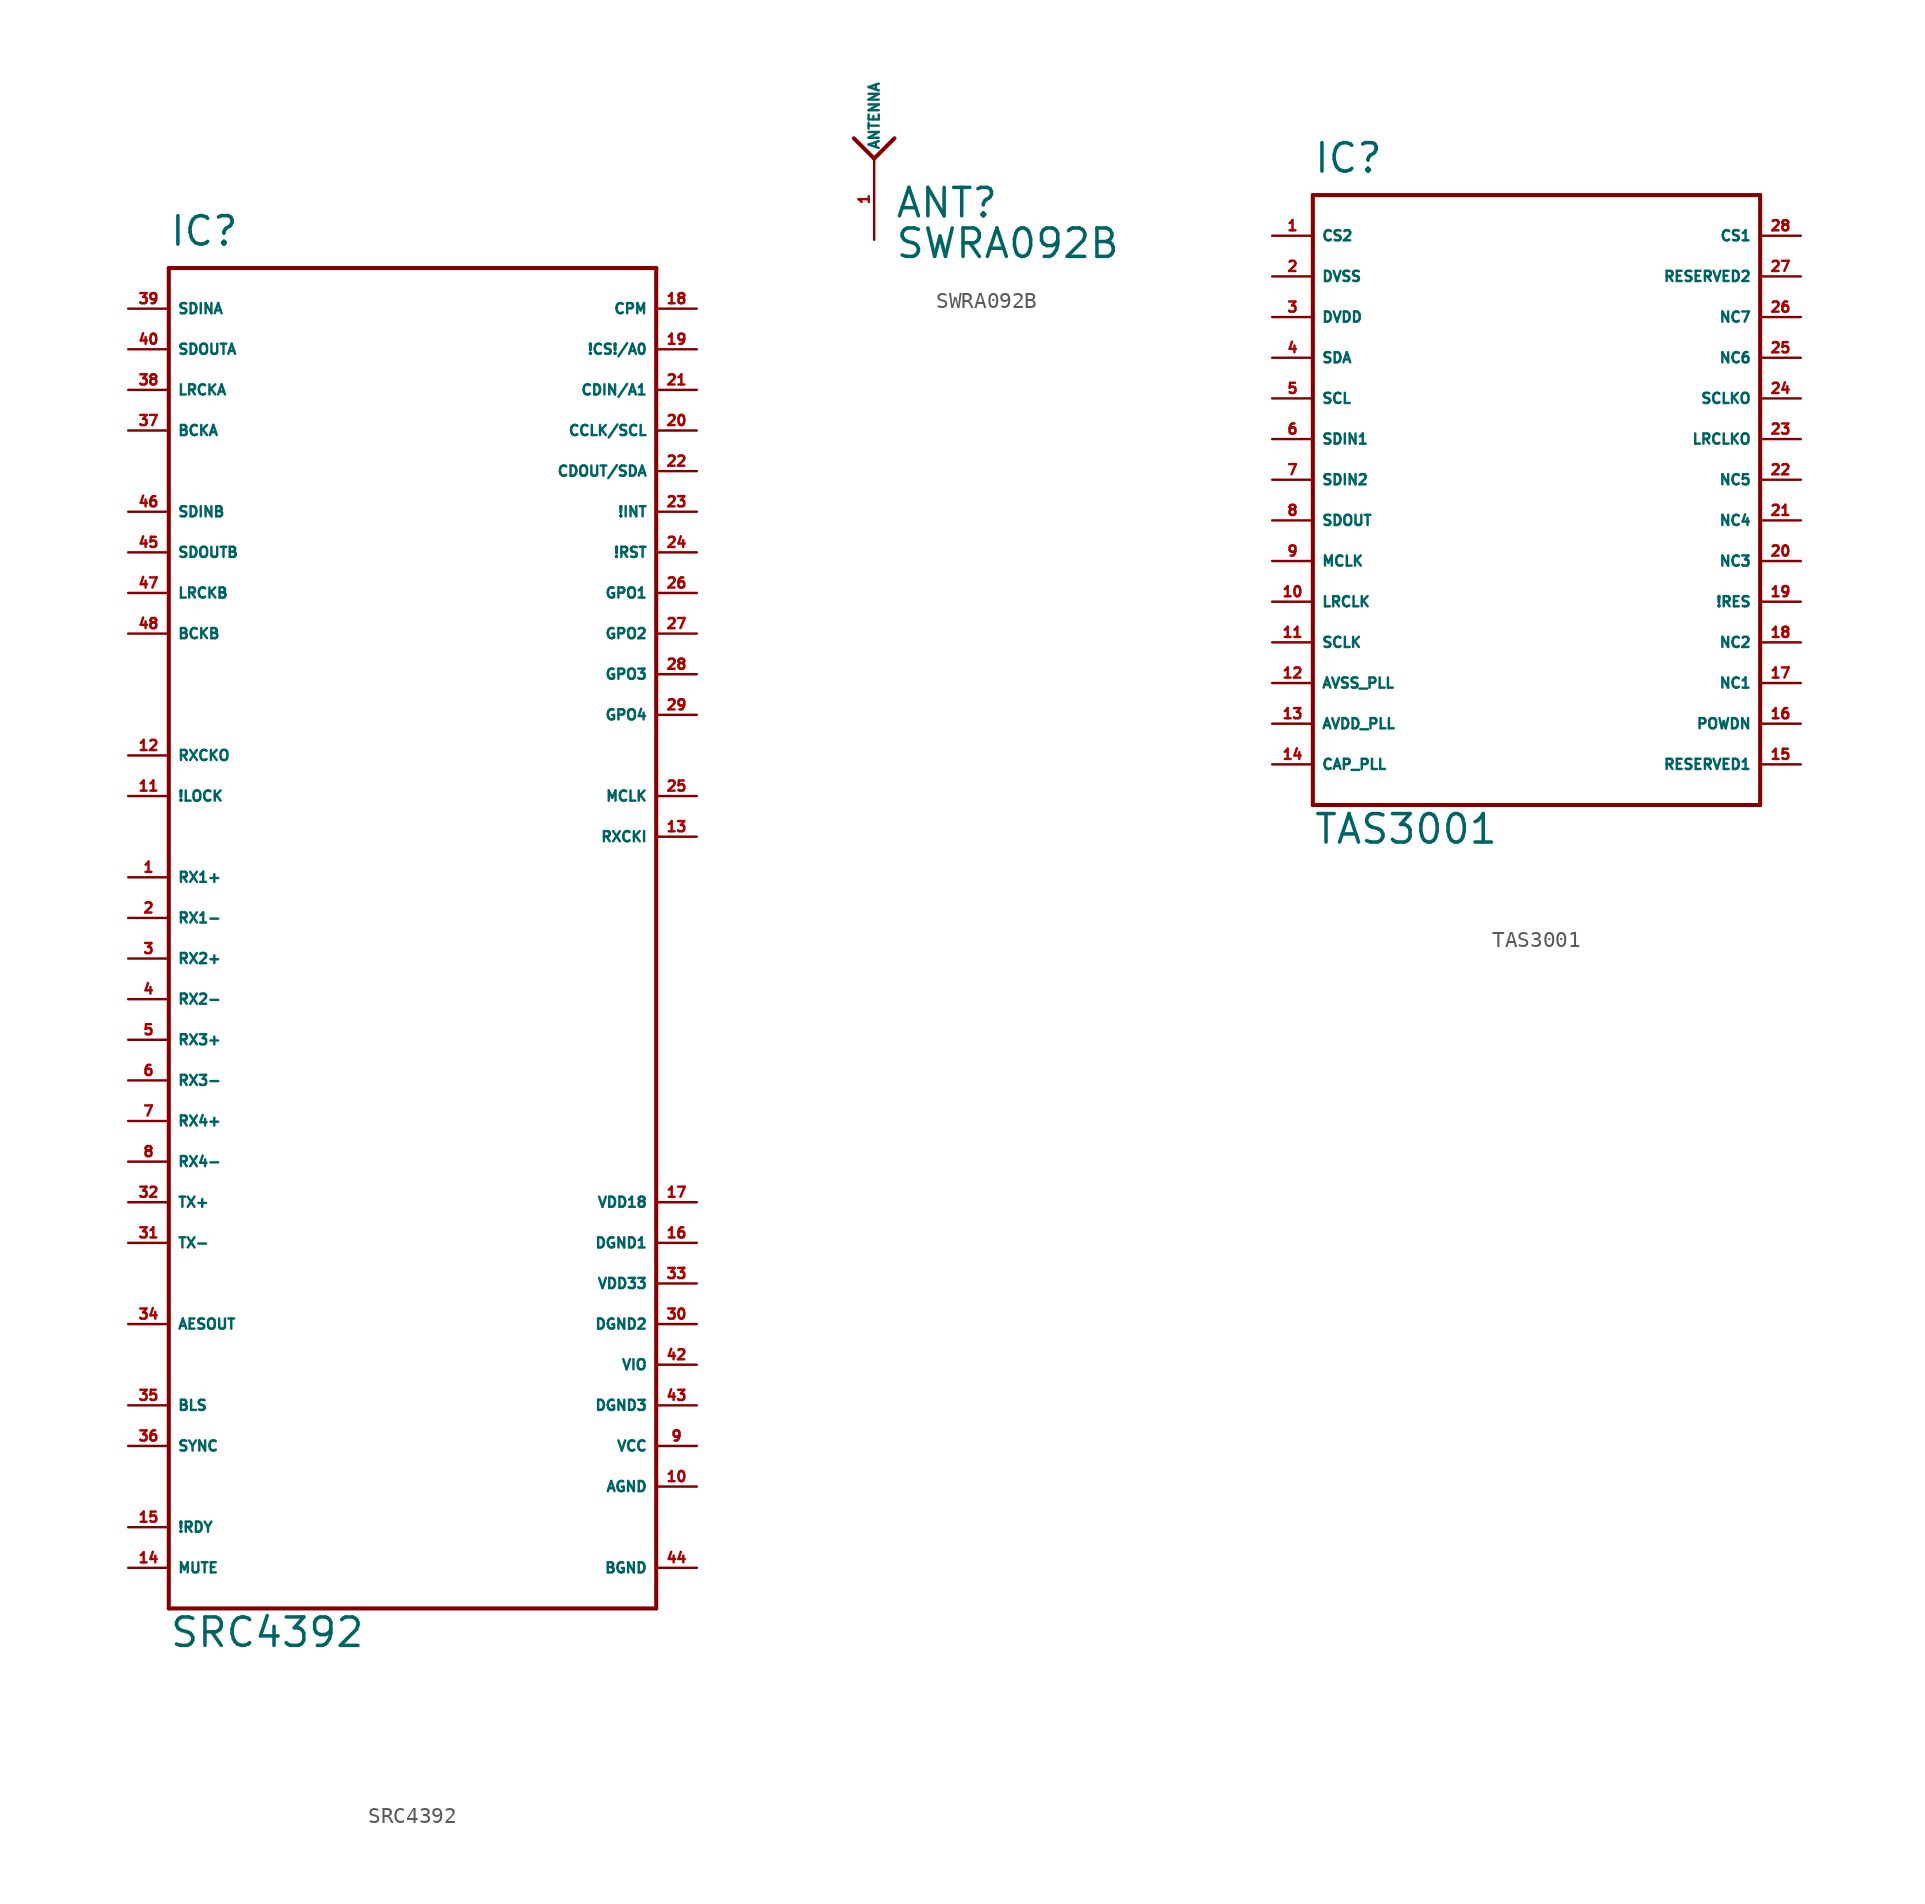
<source format=kicad_sym>
(kicad_symbol_lib
  (version 20220914)
  (generator Eagle2Kicad)
  (symbol "SRC4392"
    (property "Reference" "IC"
      (at -15.24 41.91 0)
      (effects (font (size 1.778 1.778) (thickness 0.22)) (justify left bottom)))
    (property "Value" "SRC4392"
      (at -15.24 -45.72 0)
      (effects (font (size 1.778 1.778) (thickness 0.22)) (justify left bottom)))
    (polyline
      (pts (xy -15.24 40.64) (xy 15.24 40.64))
      (stroke (width 0.254) (type default))
      (fill (type none)))
    (polyline
      (pts (xy 15.24 40.64) (xy 15.24 -43.18))
      (stroke (width 0.254) (type default))
      (fill (type none)))
    (polyline
      (pts (xy 15.24 -43.18) (xy -15.24 -43.18))
      (stroke (width 0.254) (type default))
      (fill (type none)))
    (polyline
      (pts (xy -15.24 -43.18) (xy -15.24 40.64))
      (stroke (width 0.254) (type default))
      (fill (type none)))
    (pin input line
      (at -17.78 38.1 0)
      (length 2.54)
      (name "SDINA" (effects (font (size 0.635 0.635) (thickness 0.08)) (justify left bottom)))
      (number "39" (effects (font (size 0.635 0.635) (thickness 0.08)) (justify left bottom))))
    (pin input line
      (at -17.78 25.4 0)
      (length 2.54)
      (name "SDINB" (effects (font (size 0.635 0.635) (thickness 0.08)) (justify left bottom)))
      (number "46" (effects (font (size 0.635 0.635) (thickness 0.08)) (justify left bottom))))
    (pin output line
      (at -17.78 35.56 0)
      (length 2.54)
      (name "SDOUTA" (effects (font (size 0.635 0.635) (thickness 0.08)) (justify left bottom)))
      (number "40" (effects (font (size 0.635 0.635) (thickness 0.08)) (justify left bottom))))
    (pin output line
      (at -17.78 22.86 0)
      (length 2.54)
      (name "SDOUTB" (effects (font (size 0.635 0.635) (thickness 0.08)) (justify left bottom)))
      (number "45" (effects (font (size 0.635 0.635) (thickness 0.08)) (justify left bottom))))
    (pin bidirectional line
      (at -17.78 33.02 0)
      (length 2.54)
      (name "LRCKA" (effects (font (size 0.635 0.635) (thickness 0.08)) (justify left bottom)))
      (number "38" (effects (font (size 0.635 0.635) (thickness 0.08)) (justify left bottom))))
    (pin bidirectional line
      (at -17.78 20.32 0)
      (length 2.54)
      (name "LRCKB" (effects (font (size 0.635 0.635) (thickness 0.08)) (justify left bottom)))
      (number "47" (effects (font (size 0.635 0.635) (thickness 0.08)) (justify left bottom))))
    (pin bidirectional line
      (at -17.78 30.48 0)
      (length 2.54)
      (name "BCKA" (effects (font (size 0.635 0.635) (thickness 0.08)) (justify left bottom)))
      (number "37" (effects (font (size 0.635 0.635) (thickness 0.08)) (justify left bottom))))
    (pin bidirectional line
      (at -17.78 17.78 0)
      (length 2.54)
      (name "BCKB" (effects (font (size 0.635 0.635) (thickness 0.08)) (justify left bottom)))
      (number "48" (effects (font (size 0.635 0.635) (thickness 0.08)) (justify left bottom))))
    (pin output line
      (at -17.78 10.16 0)
      (length 2.54)
      (name "RXCKO" (effects (font (size 0.635 0.635) (thickness 0.08)) (justify left bottom)))
      (number "12" (effects (font (size 0.635 0.635) (thickness 0.08)) (justify left bottom))))
    (pin output line
      (at -17.78 7.62 0)
      (length 2.54)
      (name "!LOCK" (effects (font (size 0.635 0.635) (thickness 0.08)) (justify left bottom)))
      (number "11" (effects (font (size 0.635 0.635) (thickness 0.08)) (justify left bottom))))
    (pin input line
      (at -17.78 2.54 0)
      (length 2.54)
      (name "RX1+" (effects (font (size 0.635 0.635) (thickness 0.08)) (justify left bottom)))
      (number "1" (effects (font (size 0.635 0.635) (thickness 0.08)) (justify left bottom))))
    (pin input line
      (at -17.78 0 0)
      (length 2.54)
      (name "RX1-" (effects (font (size 0.635 0.635) (thickness 0.08)) (justify left bottom)))
      (number "2" (effects (font (size 0.635 0.635) (thickness 0.08)) (justify left bottom))))
    (pin input line
      (at -17.78 -2.54 0)
      (length 2.54)
      (name "RX2+" (effects (font (size 0.635 0.635) (thickness 0.08)) (justify left bottom)))
      (number "3" (effects (font (size 0.635 0.635) (thickness 0.08)) (justify left bottom))))
    (pin input line
      (at -17.78 -5.08 0)
      (length 2.54)
      (name "RX2-" (effects (font (size 0.635 0.635) (thickness 0.08)) (justify left bottom)))
      (number "4" (effects (font (size 0.635 0.635) (thickness 0.08)) (justify left bottom))))
    (pin input line
      (at -17.78 -7.62 0)
      (length 2.54)
      (name "RX3+" (effects (font (size 0.635 0.635) (thickness 0.08)) (justify left bottom)))
      (number "5" (effects (font (size 0.635 0.635) (thickness 0.08)) (justify left bottom))))
    (pin input line
      (at -17.78 -10.16 0)
      (length 2.54)
      (name "RX3-" (effects (font (size 0.635 0.635) (thickness 0.08)) (justify left bottom)))
      (number "6" (effects (font (size 0.635 0.635) (thickness 0.08)) (justify left bottom))))
    (pin input line
      (at -17.78 -12.7 0)
      (length 2.54)
      (name "RX4+" (effects (font (size 0.635 0.635) (thickness 0.08)) (justify left bottom)))
      (number "7" (effects (font (size 0.635 0.635) (thickness 0.08)) (justify left bottom))))
    (pin input line
      (at -17.78 -15.24 0)
      (length 2.54)
      (name "RX4-" (effects (font (size 0.635 0.635) (thickness 0.08)) (justify left bottom)))
      (number "8" (effects (font (size 0.635 0.635) (thickness 0.08)) (justify left bottom))))
    (pin output line
      (at -17.78 -17.78 0)
      (length 2.54)
      (name "TX+" (effects (font (size 0.635 0.635) (thickness 0.08)) (justify left bottom)))
      (number "32" (effects (font (size 0.635 0.635) (thickness 0.08)) (justify left bottom))))
    (pin output line
      (at -17.78 -20.32 0)
      (length 2.54)
      (name "TX-" (effects (font (size 0.635 0.635) (thickness 0.08)) (justify left bottom)))
      (number "31" (effects (font (size 0.635 0.635) (thickness 0.08)) (justify left bottom))))
    (pin output line
      (at -17.78 -25.4 0)
      (length 2.54)
      (name "AESOUT" (effects (font (size 0.635 0.635) (thickness 0.08)) (justify left bottom)))
      (number "34" (effects (font (size 0.635 0.635) (thickness 0.08)) (justify left bottom))))
    (pin bidirectional line
      (at -17.78 -30.48 0)
      (length 2.54)
      (name "BLS" (effects (font (size 0.635 0.635) (thickness 0.08)) (justify left bottom)))
      (number "35" (effects (font (size 0.635 0.635) (thickness 0.08)) (justify left bottom))))
    (pin output line
      (at -17.78 -33.02 0)
      (length 2.54)
      (name "SYNC" (effects (font (size 0.635 0.635) (thickness 0.08)) (justify left bottom)))
      (number "36" (effects (font (size 0.635 0.635) (thickness 0.08)) (justify left bottom))))
    (pin output line
      (at -17.78 -38.1 0)
      (length 2.54)
      (name "!RDY" (effects (font (size 0.635 0.635) (thickness 0.08)) (justify left bottom)))
      (number "15" (effects (font (size 0.635 0.635) (thickness 0.08)) (justify left bottom))))
    (pin input line
      (at -17.78 -40.64 0)
      (length 2.54)
      (name "MUTE" (effects (font (size 0.635 0.635) (thickness 0.08)) (justify left bottom)))
      (number "14" (effects (font (size 0.635 0.635) (thickness 0.08)) (justify left bottom))))
    (pin input line
      (at 17.78 38.1 180)
      (length 2.54)
      (name "CPM" (effects (font (size 0.635 0.635) (thickness 0.08)) (justify left bottom)))
      (number "18" (effects (font (size 0.635 0.635) (thickness 0.08)) (justify left bottom))))
    (pin input line
      (at 17.78 35.56 180)
      (length 2.54)
      (name "!CS!/A0" (effects (font (size 0.635 0.635) (thickness 0.08)) (justify left bottom)))
      (number "19" (effects (font (size 0.635 0.635) (thickness 0.08)) (justify left bottom))))
    (pin input line
      (at 17.78 30.48 180)
      (length 2.54)
      (name "CCLK/SCL" (effects (font (size 0.635 0.635) (thickness 0.08)) (justify left bottom)))
      (number "20" (effects (font (size 0.635 0.635) (thickness 0.08)) (justify left bottom))))
    (pin input line
      (at 17.78 33.02 180)
      (length 2.54)
      (name "CDIN/A1" (effects (font (size 0.635 0.635) (thickness 0.08)) (justify left bottom)))
      (number "21" (effects (font (size 0.635 0.635) (thickness 0.08)) (justify left bottom))))
    (pin bidirectional line
      (at 17.78 27.94 180)
      (length 2.54)
      (name "CDOUT/SDA" (effects (font (size 0.635 0.635) (thickness 0.08)) (justify left bottom)))
      (number "22" (effects (font (size 0.635 0.635) (thickness 0.08)) (justify left bottom))))
    (pin output line
      (at 17.78 25.4 180)
      (length 2.54)
      (name "!INT" (effects (font (size 0.635 0.635) (thickness 0.08)) (justify left bottom)))
      (number "23" (effects (font (size 0.635 0.635) (thickness 0.08)) (justify left bottom))))
    (pin input line
      (at 17.78 22.86 180)
      (length 2.54)
      (name "!RST" (effects (font (size 0.635 0.635) (thickness 0.08)) (justify left bottom)))
      (number "24" (effects (font (size 0.635 0.635) (thickness 0.08)) (justify left bottom))))
    (pin output line
      (at 17.78 20.32 180)
      (length 2.54)
      (name "GPO1" (effects (font (size 0.635 0.635) (thickness 0.08)) (justify left bottom)))
      (number "26" (effects (font (size 0.635 0.635) (thickness 0.08)) (justify left bottom))))
    (pin output line
      (at 17.78 17.78 180)
      (length 2.54)
      (name "GPO2" (effects (font (size 0.635 0.635) (thickness 0.08)) (justify left bottom)))
      (number "27" (effects (font (size 0.635 0.635) (thickness 0.08)) (justify left bottom))))
    (pin output line
      (at 17.78 15.24 180)
      (length 2.54)
      (name "GPO3" (effects (font (size 0.635 0.635) (thickness 0.08)) (justify left bottom)))
      (number "28" (effects (font (size 0.635 0.635) (thickness 0.08)) (justify left bottom))))
    (pin output line
      (at 17.78 12.7 180)
      (length 2.54)
      (name "GPO4" (effects (font (size 0.635 0.635) (thickness 0.08)) (justify left bottom)))
      (number "29" (effects (font (size 0.635 0.635) (thickness 0.08)) (justify left bottom))))
    (pin input line
      (at 17.78 7.62 180)
      (length 2.54)
      (name "MCLK" (effects (font (size 0.635 0.635) (thickness 0.08)) (justify left bottom)))
      (number "25" (effects (font (size 0.635 0.635) (thickness 0.08)) (justify left bottom))))
    (pin input line
      (at 17.78 5.08 180)
      (length 2.54)
      (name "RXCKI" (effects (font (size 0.635 0.635) (thickness 0.08)) (justify left bottom)))
      (number "13" (effects (font (size 0.635 0.635) (thickness 0.08)) (justify left bottom))))
    (pin input line
      (at 17.78 -17.78 180)
      (length 2.54)
      (name "VDD18" (effects (font (size 0.635 0.635) (thickness 0.08)) (justify left bottom)))
      (number "17" (effects (font (size 0.635 0.635) (thickness 0.08)) (justify left bottom))))
    (pin input line
      (at 17.78 -20.32 180)
      (length 2.54)
      (name "DGND1" (effects (font (size 0.635 0.635) (thickness 0.08)) (justify left bottom)))
      (number "16" (effects (font (size 0.635 0.635) (thickness 0.08)) (justify left bottom))))
    (pin input line
      (at 17.78 -22.86 180)
      (length 2.54)
      (name "VDD33" (effects (font (size 0.635 0.635) (thickness 0.08)) (justify left bottom)))
      (number "33" (effects (font (size 0.635 0.635) (thickness 0.08)) (justify left bottom))))
    (pin input line
      (at 17.78 -25.4 180)
      (length 2.54)
      (name "DGND2" (effects (font (size 0.635 0.635) (thickness 0.08)) (justify left bottom)))
      (number "30" (effects (font (size 0.635 0.635) (thickness 0.08)) (justify left bottom))))
    (pin input line
      (at 17.78 -27.94 180)
      (length 2.54)
      (name "VIO" (effects (font (size 0.635 0.635) (thickness 0.08)) (justify left bottom)))
      (number "42" (effects (font (size 0.635 0.635) (thickness 0.08)) (justify left bottom))))
    (pin input line
      (at 17.78 -30.48 180)
      (length 2.54)
      (name "DGND3" (effects (font (size 0.635 0.635) (thickness 0.08)) (justify left bottom)))
      (number "43" (effects (font (size 0.635 0.635) (thickness 0.08)) (justify left bottom))))
    (pin input line
      (at 17.78 -33.02 180)
      (length 2.54)
      (name "VCC" (effects (font (size 0.635 0.635) (thickness 0.08)) (justify left bottom)))
      (number "9" (effects (font (size 0.635 0.635) (thickness 0.08)) (justify left bottom))))
    (pin input line
      (at 17.78 -35.56 180)
      (length 2.54)
      (name "AGND" (effects (font (size 0.635 0.635) (thickness 0.08)) (justify left bottom)))
      (number "10" (effects (font (size 0.635 0.635) (thickness 0.08)) (justify left bottom))))
    (pin input line
      (at 17.78 -40.64 180)
      (length 2.54)
      (name "BGND" (effects (font (size 0.635 0.635) (thickness 0.08)) (justify left bottom)))
      (number "44" (effects (font (size 0.635 0.635) (thickness 0.08)) (justify left bottom)))))
  (symbol "SWRA092B"
    (property "Reference" "ANT"
      (at 1.27 -3.81 0)
      (effects (font (size 1.778 1.778) (thickness 0.22)) (justify left bottom)))
    (property "Value" "SWRA092B"
      (at 1.27 -6.35 0)
      (effects (font (size 1.778 1.778) (thickness 0.22)) (justify left bottom)))
    (polyline
      (pts (xy -1.27 1.27) (xy 0 0))
      (stroke (width 0.254) (type default))
      (fill (type none)))
    (polyline
      (pts (xy 0 0) (xy 1.27 1.27))
      (stroke (width 0.254) (type default))
      (fill (type none)))
    (pin input line
      (at 0 -5.08 90)
      (length 5.08)
      (name "ANTENNA" (effects (font (size 0.635 0.635) (thickness 0.08)) (justify left bottom)))
      (number "1" (effects (font (size 0.635 0.635) (thickness 0.08)) (justify left bottom)))))
  (symbol "TAS3001"
    (property "Reference" "IC"
      (at -12.7 19.05 0)
      (effects (font (size 1.778 1.778) (thickness 0.22)) (justify left bottom)))
    (property "Value" "TAS3001"
      (at -12.7 -22.86 0)
      (effects (font (size 1.778 1.778) (thickness 0.22)) (justify left bottom)))
    (polyline
      (pts (xy -12.7 17.78) (xy 15.24 17.78))
      (stroke (width 0.254) (type default))
      (fill (type none)))
    (polyline
      (pts (xy 15.24 17.78) (xy 15.24 -20.32))
      (stroke (width 0.254) (type default))
      (fill (type none)))
    (polyline
      (pts (xy 15.24 -20.32) (xy -12.7 -20.32))
      (stroke (width 0.254) (type default))
      (fill (type none)))
    (polyline
      (pts (xy -12.7 -20.32) (xy -12.7 17.78))
      (stroke (width 0.254) (type default))
      (fill (type none)))
    (pin input line
      (at -15.24 15.24 0)
      (length 2.54)
      (name "CS2" (effects (font (size 0.635 0.635) (thickness 0.08)) (justify left bottom)))
      (number "1" (effects (font (size 0.635 0.635) (thickness 0.08)) (justify left bottom))))
    (pin unspecified line
      (at -15.24 12.7 0)
      (length 2.54)
      (name "DVSS" (effects (font (size 0.635 0.635) (thickness 0.08)) (justify left bottom)))
      (number "2" (effects (font (size 0.635 0.635) (thickness 0.08)) (justify left bottom))))
    (pin unspecified line
      (at -15.24 10.16 0)
      (length 2.54)
      (name "DVDD" (effects (font (size 0.635 0.635) (thickness 0.08)) (justify left bottom)))
      (number "3" (effects (font (size 0.635 0.635) (thickness 0.08)) (justify left bottom))))
    (pin bidirectional line
      (at -15.24 7.62 0)
      (length 2.54)
      (name "SDA" (effects (font (size 0.635 0.635) (thickness 0.08)) (justify left bottom)))
      (number "4" (effects (font (size 0.635 0.635) (thickness 0.08)) (justify left bottom))))
    (pin bidirectional line
      (at -15.24 5.08 0)
      (length 2.54)
      (name "SCL" (effects (font (size 0.635 0.635) (thickness 0.08)) (justify left bottom)))
      (number "5" (effects (font (size 0.635 0.635) (thickness 0.08)) (justify left bottom))))
    (pin input line
      (at -15.24 2.54 0)
      (length 2.54)
      (name "SDIN1" (effects (font (size 0.635 0.635) (thickness 0.08)) (justify left bottom)))
      (number "6" (effects (font (size 0.635 0.635) (thickness 0.08)) (justify left bottom))))
    (pin input line
      (at -15.24 0 0)
      (length 2.54)
      (name "SDIN2" (effects (font (size 0.635 0.635) (thickness 0.08)) (justify left bottom)))
      (number "7" (effects (font (size 0.635 0.635) (thickness 0.08)) (justify left bottom))))
    (pin output line
      (at -15.24 -2.54 0)
      (length 2.54)
      (name "SDOUT" (effects (font (size 0.635 0.635) (thickness 0.08)) (justify left bottom)))
      (number "8" (effects (font (size 0.635 0.635) (thickness 0.08)) (justify left bottom))))
    (pin input line
      (at -15.24 -5.08 0)
      (length 2.54)
      (name "MCLK" (effects (font (size 0.635 0.635) (thickness 0.08)) (justify left bottom)))
      (number "9" (effects (font (size 0.635 0.635) (thickness 0.08)) (justify left bottom))))
    (pin input line
      (at -15.24 -7.62 0)
      (length 2.54)
      (name "LRCLK" (effects (font (size 0.635 0.635) (thickness 0.08)) (justify left bottom)))
      (number "10" (effects (font (size 0.635 0.635) (thickness 0.08)) (justify left bottom))))
    (pin input line
      (at -15.24 -10.16 0)
      (length 2.54)
      (name "SCLK" (effects (font (size 0.635 0.635) (thickness 0.08)) (justify left bottom)))
      (number "11" (effects (font (size 0.635 0.635) (thickness 0.08)) (justify left bottom))))
    (pin unspecified line
      (at -15.24 -12.7 0)
      (length 2.54)
      (name "AVSS_PLL" (effects (font (size 0.635 0.635) (thickness 0.08)) (justify left bottom)))
      (number "12" (effects (font (size 0.635 0.635) (thickness 0.08)) (justify left bottom))))
    (pin unspecified line
      (at -15.24 -15.24 0)
      (length 2.54)
      (name "AVDD_PLL" (effects (font (size 0.635 0.635) (thickness 0.08)) (justify left bottom)))
      (number "13" (effects (font (size 0.635 0.635) (thickness 0.08)) (justify left bottom))))
    (pin input line
      (at -15.24 -17.78 0)
      (length 2.54)
      (name "CAP_PLL" (effects (font (size 0.635 0.635) (thickness 0.08)) (justify left bottom)))
      (number "14" (effects (font (size 0.635 0.635) (thickness 0.08)) (justify left bottom))))
    (pin input line
      (at 17.78 -17.78 180)
      (length 2.54)
      (name "RESERVED1" (effects (font (size 0.635 0.635) (thickness 0.08)) (justify left bottom)))
      (number "15" (effects (font (size 0.635 0.635) (thickness 0.08)) (justify left bottom))))
    (pin input line
      (at 17.78 -15.24 180)
      (length 2.54)
      (name "POWDN" (effects (font (size 0.635 0.635) (thickness 0.08)) (justify left bottom)))
      (number "16" (effects (font (size 0.635 0.635) (thickness 0.08)) (justify left bottom))))
    (pin input line
      (at 17.78 -12.7 180)
      (length 2.54)
      (name "NC1" (effects (font (size 0.635 0.635) (thickness 0.08)) (justify left bottom)))
      (number "17" (effects (font (size 0.635 0.635) (thickness 0.08)) (justify left bottom))))
    (pin input line
      (at 17.78 -10.16 180)
      (length 2.54)
      (name "NC2" (effects (font (size 0.635 0.635) (thickness 0.08)) (justify left bottom)))
      (number "18" (effects (font (size 0.635 0.635) (thickness 0.08)) (justify left bottom))))
    (pin input line
      (at 17.78 -7.62 180)
      (length 2.54)
      (name "!RES" (effects (font (size 0.635 0.635) (thickness 0.08)) (justify left bottom)))
      (number "19" (effects (font (size 0.635 0.635) (thickness 0.08)) (justify left bottom))))
    (pin input line
      (at 17.78 -5.08 180)
      (length 2.54)
      (name "NC3" (effects (font (size 0.635 0.635) (thickness 0.08)) (justify left bottom)))
      (number "20" (effects (font (size 0.635 0.635) (thickness 0.08)) (justify left bottom))))
    (pin input line
      (at 17.78 -2.54 180)
      (length 2.54)
      (name "NC4" (effects (font (size 0.635 0.635) (thickness 0.08)) (justify left bottom)))
      (number "21" (effects (font (size 0.635 0.635) (thickness 0.08)) (justify left bottom))))
    (pin input line
      (at 17.78 0 180)
      (length 2.54)
      (name "NC5" (effects (font (size 0.635 0.635) (thickness 0.08)) (justify left bottom)))
      (number "22" (effects (font (size 0.635 0.635) (thickness 0.08)) (justify left bottom))))
    (pin output line
      (at 17.78 2.54 180)
      (length 2.54)
      (name "LRCLKO" (effects (font (size 0.635 0.635) (thickness 0.08)) (justify left bottom)))
      (number "23" (effects (font (size 0.635 0.635) (thickness 0.08)) (justify left bottom))))
    (pin output line
      (at 17.78 5.08 180)
      (length 2.54)
      (name "SCLKO" (effects (font (size 0.635 0.635) (thickness 0.08)) (justify left bottom)))
      (number "24" (effects (font (size 0.635 0.635) (thickness 0.08)) (justify left bottom))))
    (pin input line
      (at 17.78 7.62 180)
      (length 2.54)
      (name "NC6" (effects (font (size 0.635 0.635) (thickness 0.08)) (justify left bottom)))
      (number "25" (effects (font (size 0.635 0.635) (thickness 0.08)) (justify left bottom))))
    (pin input line
      (at 17.78 10.16 180)
      (length 2.54)
      (name "NC7" (effects (font (size 0.635 0.635) (thickness 0.08)) (justify left bottom)))
      (number "26" (effects (font (size 0.635 0.635) (thickness 0.08)) (justify left bottom))))
    (pin input line
      (at 17.78 12.7 180)
      (length 2.54)
      (name "RESERVED2" (effects (font (size 0.635 0.635) (thickness 0.08)) (justify left bottom)))
      (number "27" (effects (font (size 0.635 0.635) (thickness 0.08)) (justify left bottom))))
    (pin input line
      (at 17.78 15.24 180)
      (length 2.54)
      (name "CS1" (effects (font (size 0.635 0.635) (thickness 0.08)) (justify left bottom)))
      (number "28" (effects (font (size 0.635 0.635) (thickness 0.08)) (justify left bottom))))))
</source>
